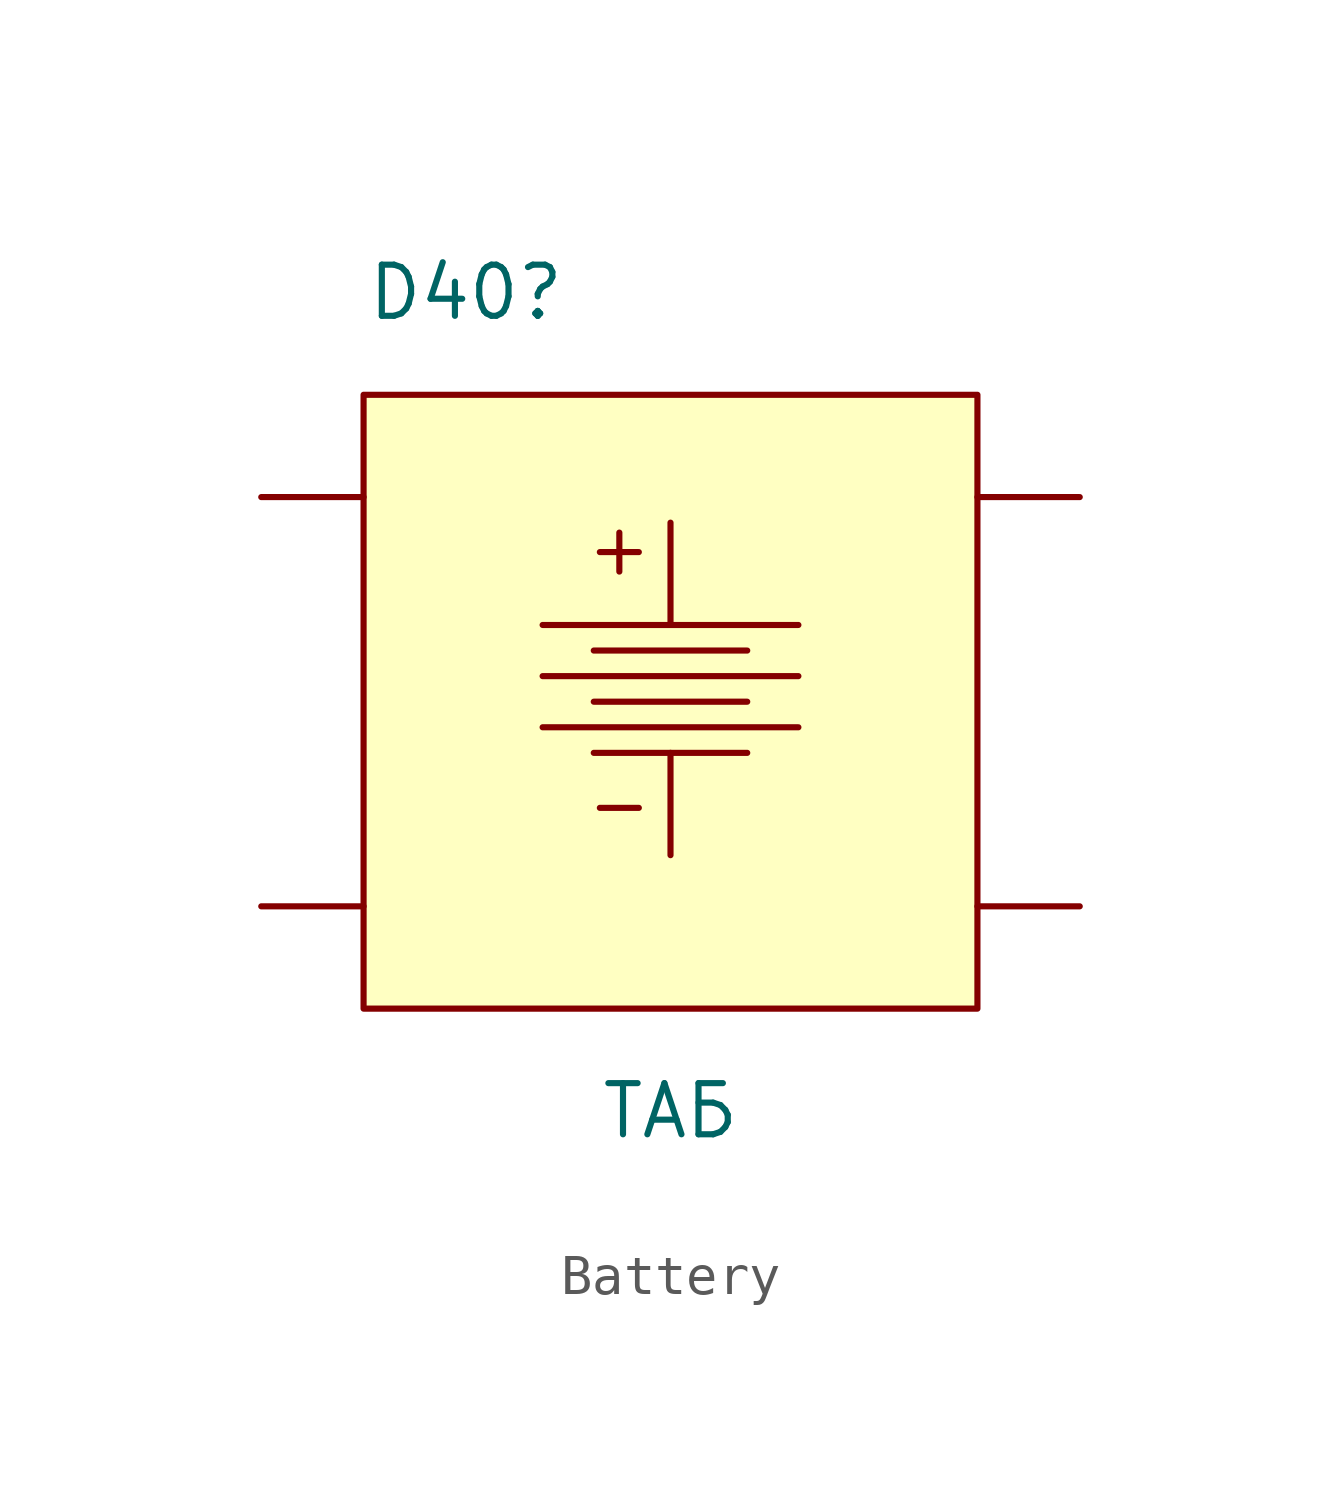
<source format=kicad_sym>
(kicad_symbol_lib
  (version 20211014)
  (generator kicad_symbol_editor)
  (symbol "Battery"
    (property "Reference" "D40"
      (at -5.08 10.16 0)
      (effects (font (size 1.27 1.27))))
    (property "Value" "ТАБ"
      (at 0 -10.16 0)
      (effects (font (size 1.27 1.27))))
    (symbol "Battery_0_0"
      (text "+" (at -1.27 3.81 0) (effects (font (size 1.27 1.27))))
      (text "-" (at -1.27 -2.54 0) (effects (font (size 1.27 1.27)))))
    (symbol "Battery_0_1"
      (rectangle (start -7.62 7.62) (end 7.62 -7.62) (stroke (width 0) (type default) (color 0 0 0 0)) (fill (type background)))
      (polyline (pts (xy -1.905 -1.27) (xy 1.905 -1.27)) (stroke (width 0) (type default) (color 0 0 0 0)) (fill (type none)))
      (polyline (pts (xy -1.905 0) (xy 1.905 0)) (stroke (width 0) (type default) (color 0 0 0 0)) (fill (type none)))
      (polyline (pts (xy -1.905 1.27) (xy 1.905 1.27)) (stroke (width 0) (type default) (color 0 0 0 0)) (fill (type none)))
      (polyline (pts (xy 0 -1.27) (xy 0 -3.81)) (stroke (width 0) (type default) (color 0 0 0 0)) (fill (type none)))
      (polyline (pts (xy 0 1.905) (xy 0 4.445)) (stroke (width 0) (type default) (color 0 0 0 0)) (fill (type none)))
      (polyline (pts (xy -3.175 -0.635) (xy 2.54 -0.635) (xy 3.175 -0.635)) (stroke (width 0) (type default) (color 0 0 0 0)) (fill (type none)))
      (polyline (pts (xy -3.175 0.635) (xy 2.54 0.635) (xy 3.175 0.635)) (stroke (width 0) (type default) (color 0 0 0 0)) (fill (type none)))
      (polyline (pts (xy -3.175 1.905) (xy 2.54 1.905) (xy 3.175 1.905)) (stroke (width 0) (type default) (color 0 0 0 0)) (fill (type none))))
    (symbol "Battery_1_1"
      (pin input line (at -10.16 -5.08 0) (length 2.54) (name "" (effects (font (size 1.27 1.27)))) (number "" (effects (font (size 1.27 1.27)))))
      (pin input line (at -10.16 5.08 0) (length 2.54) (name "" (effects (font (size 1.27 1.27)))) (number "" (effects (font (size 1.27 1.27)))))
      (pin input line (at 10.16 -5.08 180) (length 2.54) (name "" (effects (font (size 1.27 1.27)))) (number "" (effects (font (size 1.27 1.27)))))
      (pin input line (at 10.16 5.08 180) (length 2.54) (name "" (effects (font (size 1.27 1.27)))) (number "" (effects (font (size 1.27 1.27))))))))
</source>
